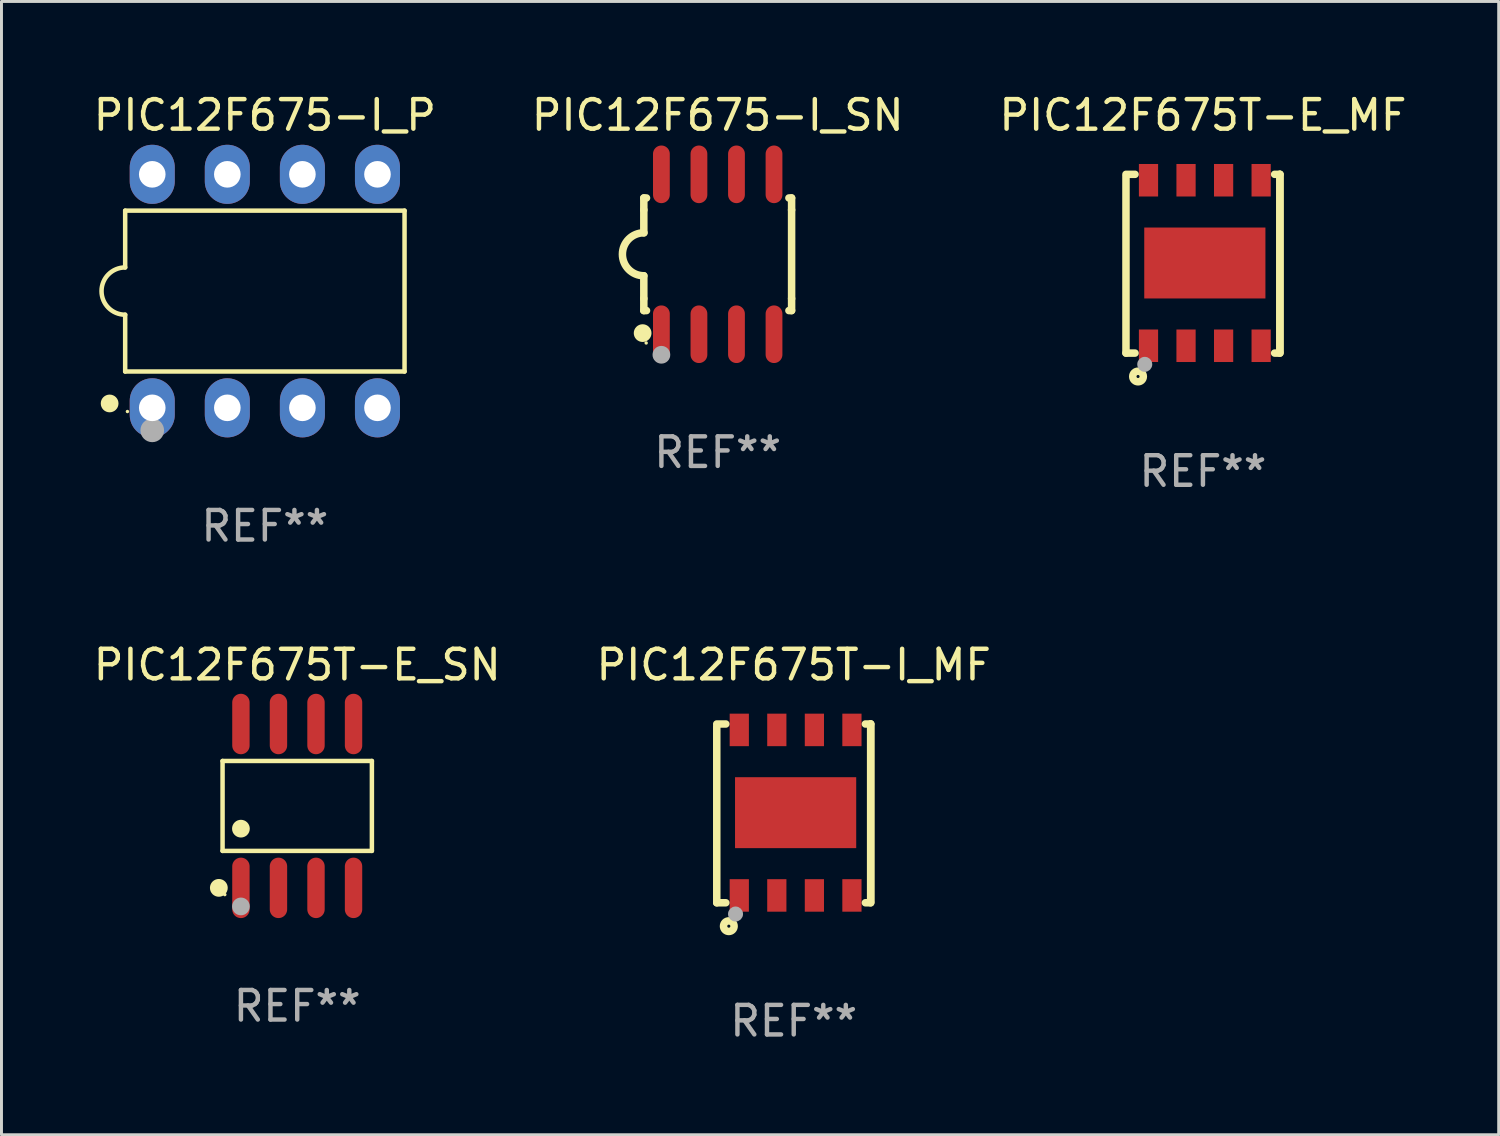
<source format=kicad_pcb>
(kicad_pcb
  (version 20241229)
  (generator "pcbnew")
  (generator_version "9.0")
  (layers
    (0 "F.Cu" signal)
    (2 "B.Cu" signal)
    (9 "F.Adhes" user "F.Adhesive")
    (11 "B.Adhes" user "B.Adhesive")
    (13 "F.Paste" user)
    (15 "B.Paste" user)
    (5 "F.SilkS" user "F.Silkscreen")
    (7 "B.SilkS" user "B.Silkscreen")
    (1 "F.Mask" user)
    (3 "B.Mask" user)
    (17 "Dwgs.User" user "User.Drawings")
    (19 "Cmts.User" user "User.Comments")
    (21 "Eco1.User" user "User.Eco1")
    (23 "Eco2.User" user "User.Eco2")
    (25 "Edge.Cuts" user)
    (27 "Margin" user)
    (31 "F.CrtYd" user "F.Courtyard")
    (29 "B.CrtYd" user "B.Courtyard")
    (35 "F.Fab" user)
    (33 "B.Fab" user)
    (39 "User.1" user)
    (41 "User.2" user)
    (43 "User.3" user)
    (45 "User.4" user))
  (footprint "PIC12F675T-I_MF"
    (layer "F.Cu")
    (at 23.804 24.469)
    (property "Reference" "PIC12F675T-I_MF" (at 0 -5.024 0) (layer "F.SilkS") (effects (font (size 1 1) (thickness 0.15))))
    (attr through_hole)
    (fp_line (start -2.604 -2.945) (end -2.604 3.024) (stroke (width 0.254) (type solid)) (layer "F.SilkS"))
    (fp_line (start -2.604 3.024) (end -2.298 3.024) (stroke (width 0.254) (type solid)) (layer "F.SilkS"))
    (fp_line (start -2.298 -3.024) (end -2.604 -3.024) (stroke (width 0.254) (type solid)) (layer "F.SilkS"))
    (fp_line (start 2.425 3.024) (end 2.604 3.024) (stroke (width 0.254) (type solid)) (layer "F.SilkS"))
    (fp_line (start 2.604 -3.024) (end 2.425 -3.024) (stroke (width 0.254) (type solid)) (layer "F.SilkS"))
    (fp_line (start 2.604 -3.024) (end 2.604 2.976) (stroke (width 0.254) (type solid)) (layer "F.SilkS"))
    (fp_line (start 2.604 3.024) (end 2.604 -3.024) (stroke (width 0.254) (type solid)) (layer "F.SilkS"))
    (fp_circle (center -2.437 2.976) (end -2.407 2.976) (stroke (width 0.06) (type solid)) (fill no) (layer "F.SilkS"))
    (fp_circle (center -2.196 3.816) (end -2.017 3.816) (stroke (width 0.254) (type solid)) (fill no) (layer "F.SilkS"))
    (fp_circle (center -1.969 3.405) (end -1.842 3.405) (stroke (width 0.254) (type solid)) (fill no) (layer "F.Fab"))
    (fp_text user "REF**" (at 0 7.024 0) (layer "F.Fab") (effects (font (size 1 1) (thickness 0.15))))
    (pad "1" smd rect (at -1.842 2.776) (size 0.65 1.1) (layers "F.Cu" "F.Mask" "F.Paste"))
    (pad "2" smd rect (at -0.572 2.776) (size 0.65 1.1) (layers "F.Cu" "F.Mask" "F.Paste"))
    (pad "3" smd rect (at 0.699 2.776) (size 0.65 1.1) (layers "F.Cu" "F.Mask" "F.Paste"))
    (pad "4" smd rect (at 1.969 2.776) (size 0.65 1.1) (layers "F.Cu" "F.Mask" "F.Paste"))
    (pad "5" smd rect (at 1.969 -2.824) (size 0.65 1.1) (layers "F.Cu" "F.Mask" "F.Paste"))
    (pad "6" smd rect (at 0.699 -2.824) (size 0.65 1.1) (layers "F.Cu" "F.Mask" "F.Paste"))
    (pad "7" smd rect (at -0.572 -2.824) (size 0.65 1.1) (layers "F.Cu" "F.Mask" "F.Paste"))
    (pad "8" smd rect (at -1.842 -2.824) (size 0.65 1.1) (layers "F.Cu" "F.Mask" "F.Paste"))
    (pad "9" smd rect (at 0.064 -0.024) (size 4.1 2.4) (layers "F.Cu" "F.Mask" "F.Paste")))
  (footprint "PIC12F675T-E_MF"
    (layer "F.Cu")
    (at 37.649 5.872)
    (property "Reference" "PIC12F675T-E_MF" (at 0 -5.024 0) (layer "F.SilkS") (effects (font (size 1 1) (thickness 0.15))))
    (attr through_hole)
    (fp_line (start -2.604 -2.945) (end -2.604 3.024) (stroke (width 0.254) (type solid)) (layer "F.SilkS"))
    (fp_line (start -2.604 3.024) (end -2.298 3.024) (stroke (width 0.254) (type solid)) (layer "F.SilkS"))
    (fp_line (start -2.298 -3.024) (end -2.604 -3.024) (stroke (width 0.254) (type solid)) (layer "F.SilkS"))
    (fp_line (start 2.425 3.024) (end 2.604 3.024) (stroke (width 0.254) (type solid)) (layer "F.SilkS"))
    (fp_line (start 2.604 -3.024) (end 2.425 -3.024) (stroke (width 0.254) (type solid)) (layer "F.SilkS"))
    (fp_line (start 2.604 -3.024) (end 2.604 2.976) (stroke (width 0.254) (type solid)) (layer "F.SilkS"))
    (fp_line (start 2.604 3.024) (end 2.604 -3.024) (stroke (width 0.254) (type solid)) (layer "F.SilkS"))
    (fp_circle (center -2.437 2.976) (end -2.407 2.976) (stroke (width 0.06) (type solid)) (fill no) (layer "F.SilkS"))
    (fp_circle (center -2.196 3.816) (end -2.017 3.816) (stroke (width 0.254) (type solid)) (fill no) (layer "F.SilkS"))
    (fp_circle (center -1.969 3.405) (end -1.842 3.405) (stroke (width 0.254) (type solid)) (fill no) (layer "F.Fab"))
    (fp_text user "REF**" (at 0 7.024 0) (layer "F.Fab") (effects (font (size 1 1) (thickness 0.15))))
    (pad "1" smd rect (at -1.842 2.776) (size 0.65 1.1) (layers "F.Cu" "F.Mask" "F.Paste"))
    (pad "2" smd rect (at -0.572 2.776) (size 0.65 1.1) (layers "F.Cu" "F.Mask" "F.Paste"))
    (pad "3" smd rect (at 0.699 2.776) (size 0.65 1.1) (layers "F.Cu" "F.Mask" "F.Paste"))
    (pad "4" smd rect (at 1.969 2.776) (size 0.65 1.1) (layers "F.Cu" "F.Mask" "F.Paste"))
    (pad "5" smd rect (at 1.969 -2.824) (size 0.65 1.1) (layers "F.Cu" "F.Mask" "F.Paste"))
    (pad "6" smd rect (at 0.699 -2.824) (size 0.65 1.1) (layers "F.Cu" "F.Mask" "F.Paste"))
    (pad "7" smd rect (at -0.572 -2.824) (size 0.65 1.1) (layers "F.Cu" "F.Mask" "F.Paste"))
    (pad "8" smd rect (at -1.842 -2.824) (size 0.65 1.1) (layers "F.Cu" "F.Mask" "F.Paste"))
    (pad "9" smd rect (at 0.064 -0.024) (size 4.1 2.4) (layers "F.Cu" "F.Mask" "F.Paste")))
  (footprint "PIC12F675-I_SN"
    (layer "F.Cu")
    (at 21.232 5.553)
    (property "Reference" "PIC12F675-I_SN" (at 0 -4.705 0) (layer "F.SilkS") (effects (font (size 1 1) (thickness 0.15))))
    (attr through_hole)
    (fp_line (start -2.5 -1.905) (end -2.409 -1.905) (stroke (width 0.254) (type solid)) (layer "F.SilkS"))
    (fp_line (start -2.5 -1.5) (end -2.5 -1.905) (stroke (width 0.254) (type solid)) (layer "F.SilkS"))
    (fp_line (start -2.5 -1.5) (end -2.5 -0.726) (stroke (width 0.254) (type solid)) (layer "F.SilkS"))
    (fp_line (start -2.5 1.5) (end -2.5 0.727) (stroke (width 0.254) (type solid)) (layer "F.SilkS"))
    (fp_line (start -2.5 1.5) (end -2.5 1.905) (stroke (width 0.254) (type solid)) (layer "F.SilkS"))
    (fp_line (start -2.5 1.905) (end -2.409 1.905) (stroke (width 0.254) (type solid)) (layer "F.SilkS"))
    (fp_line (start 2.5 -1.905) (end 2.409 -1.905) (stroke (width 0.254) (type solid)) (layer "F.SilkS"))
    (fp_line (start 2.5 -1.5) (end 2.5 -1.905) (stroke (width 0.254) (type solid)) (layer "F.SilkS"))
    (fp_line (start 2.5 -1.5) (end 2.5 1.5) (stroke (width 0.254) (type solid)) (layer "F.SilkS"))
    (fp_line (start 2.5 1.5) (end 2.5 1.905) (stroke (width 0.254) (type solid)) (layer "F.SilkS"))
    (fp_line (start 2.5 1.905) (end 2.409 1.905) (stroke (width 0.254) (type solid)) (layer "F.SilkS"))
    (fp_arc (start -2.5 0.726568) (mid -3.220316 -0.0023) (end -2.495097 -0.726289) (stroke (width 0.254001) (type solid)) (layer "F.SilkS"))
    (fp_circle (center -2.54 2.667) (end -2.39 2.667) (stroke (width 0.3) (type solid)) (fill no) (layer "F.SilkS"))
    (fp_circle (center -2.42 3) (end -2.39 3) (stroke (width 0.06) (type solid)) (fill no) (layer "F.SilkS"))
    (fp_circle (center -1.905 3.4) (end -1.755 3.4) (stroke (width 0.3) (type solid)) (fill no) (layer "F.Fab"))
    (fp_text user "REF**" (at 0 6.705 0) (layer "F.Fab") (effects (font (size 1 1) (thickness 0.15))))
    (pad "1" smd oval (at -1.905 2.705) (size 0.568 1.95) (layers "F.Cu" "F.Mask" "F.Paste"))
    (pad "2" smd oval (at -0.635 2.705) (size 0.568 1.95) (layers "F.Cu" "F.Mask" "F.Paste"))
    (pad "3" smd oval (at 0.635 2.705) (size 0.568 1.95) (layers "F.Cu" "F.Mask" "F.Paste"))
    (pad "4" smd oval (at 1.905 2.705) (size 0.568 1.95) (layers "F.Cu" "F.Mask" "F.Paste"))
    (pad "5" smd oval (at 1.905 -2.705) (size 0.568 1.95) (layers "F.Cu" "F.Mask" "F.Paste"))
    (pad "6" smd oval (at 0.635 -2.705) (size 0.568 1.95) (layers "F.Cu" "F.Mask" "F.Paste"))
    (pad "7" smd oval (at -0.635 -2.705) (size 0.568 1.95) (layers "F.Cu" "F.Mask" "F.Paste"))
    (pad "8" smd oval (at -1.905 -2.705) (size 0.568 1.95) (layers "F.Cu" "F.Mask" "F.Paste")))
  (footprint "PIC12F675T-E_SN"
    (layer "F.Cu")
    (at 7.006 24.217)
    (property "Reference" "PIC12F675T-E_SN" (at 0 -4.772 0) (layer "F.SilkS") (effects (font (size 1 1) (thickness 0.15))))
    (attr through_hole)
    (fp_line (start -2.526 -1.521) (end 2.526 -1.521) (stroke (width 0.152) (type solid)) (layer "F.SilkS"))
    (fp_line (start -2.526 1.521) (end -2.526 -1.521) (stroke (width 0.152) (type solid)) (layer "F.SilkS"))
    (fp_line (start 2.526 -1.521) (end 2.526 1.521) (stroke (width 0.152) (type solid)) (layer "F.SilkS"))
    (fp_line (start 2.526 1.521) (end -2.526 1.521) (stroke (width 0.152) (type solid)) (layer "F.SilkS"))
    (fp_circle (center -2.652 2.772) (end -2.501 2.772) (stroke (width 0.3) (type solid)) (fill no) (layer "F.SilkS"))
    (fp_circle (center -2.45 3) (end -2.42 3) (stroke (width 0.06) (type solid)) (fill no) (layer "F.SilkS"))
    (fp_circle (center -1.905 0.769) (end -1.755 0.769) (stroke (width 0.3) (type solid)) (fill no) (layer "F.SilkS"))
    (fp_circle (center -1.905 3.4) (end -1.755 3.4) (stroke (width 0.3) (type solid)) (fill no) (layer "F.Fab"))
    (fp_text user "REF**" (at 0 6.772 0) (layer "F.Fab") (effects (font (size 1 1) (thickness 0.15))))
    (pad "1" smd oval (at -1.905 2.772) (size 0.588 2.045) (layers "F.Cu" "F.Mask" "F.Paste"))
    (pad "2" smd oval (at -0.635 2.772) (size 0.588 2.045) (layers "F.Cu" "F.Mask" "F.Paste"))
    (pad "3" smd oval (at 0.635 2.772) (size 0.588 2.045) (layers "F.Cu" "F.Mask" "F.Paste"))
    (pad "4" smd oval (at 1.905 2.772) (size 0.588 2.045) (layers "F.Cu" "F.Mask" "F.Paste"))
    (pad "5" smd oval (at 1.905 -2.772) (size 0.588 2.045) (layers "F.Cu" "F.Mask" "F.Paste"))
    (pad "6" smd oval (at 0.635 -2.772) (size 0.588 2.045) (layers "F.Cu" "F.Mask" "F.Paste"))
    (pad "7" smd oval (at -0.635 -2.772) (size 0.588 2.045) (layers "F.Cu" "F.Mask" "F.Paste"))
    (pad "8" smd oval (at -1.905 -2.772) (size 0.588 2.045) (layers "F.Cu" "F.Mask" "F.Paste")))
  (footprint "PIC12F675-I_P"
    (layer "F.Cu")
    (at 5.911 6.798)
    (property "Reference" "PIC12F675-I_P" (at 0 -5.95 0) (layer "F.SilkS") (effects (font (size 1 1) (thickness 0.15))))
    (attr through_hole)
    (fp_line (start -4.726 -2.721) (end -4.726 -0.8) (stroke (width 0.152) (type solid)) (layer "F.SilkS"))
    (fp_line (start -4.726 0.8) (end -4.726 2.721) (stroke (width 0.152) (type solid)) (layer "F.SilkS"))
    (fp_line (start -4.726 2.721) (end 4.726 2.721) (stroke (width 0.152) (type solid)) (layer "F.SilkS"))
    (fp_line (start 4.726 -2.721) (end -4.726 -2.721) (stroke (width 0.152) (type solid)) (layer "F.SilkS"))
    (fp_line (start 4.726 2.721) (end 4.726 -2.721) (stroke (width 0.152) (type solid)) (layer "F.SilkS"))
    (fp_arc (start -4.726213 0.8) (mid -5.526213 0) (end -4.726213 -0.8) (stroke (width 0.1524) (type solid)) (layer "F.SilkS"))
    (fp_circle (center -5.252 3.802) (end -5.102 3.802) (stroke (width 0.3) (type solid)) (fill no) (layer "F.SilkS"))
    (fp_circle (center -4.65 4.075) (end -4.62 4.075) (stroke (width 0.06) (type solid)) (fill no) (layer "F.SilkS"))
    (fp_circle (center -3.81 4.712) (end -3.61 4.712) (stroke (width 0.4) (type solid)) (fill no) (layer "F.Fab"))
    (fp_text user "REF**" (at 0 7.95 0) (layer "F.Fab") (effects (font (size 1 1) (thickness 0.15))))
    (pad "1" thru_hole oval (at -3.81 3.95) (size 1.524 2) (drill 0.9) (layers "*.Cu" "*.Mask"))
    (pad "2" thru_hole oval (at -1.27 3.95) (size 1.524 2) (drill 0.9) (layers "*.Cu" "*.Mask"))
    (pad "3" thru_hole oval (at 1.27 3.95) (size 1.524 2) (drill 0.9) (layers "*.Cu" "*.Mask"))
    (pad "4" thru_hole oval (at 3.81 3.95) (size 1.524 2) (drill 0.9) (layers "*.Cu" "*.Mask"))
    (pad "5" thru_hole oval (at 3.81 -3.95) (size 1.524 2) (drill 0.9) (layers "*.Cu" "*.Mask"))
    (pad "6" thru_hole oval (at 1.27 -3.95) (size 1.524 2) (drill 0.9) (layers "*.Cu" "*.Mask"))
    (pad "7" thru_hole oval (at -1.27 -3.95) (size 1.524 2) (drill 0.9) (layers "*.Cu" "*.Mask"))
    (pad "8" thru_hole oval (at -3.81 -3.95) (size 1.524 2) (drill 0.9) (layers "*.Cu" "*.Mask")))
  (gr_rect
    (start -3 -3)
    (end 47.655 35.341)
    (stroke (width 0.1) (type default))
    (fill no)
    (layer "Edge.Cuts")))
</source>
